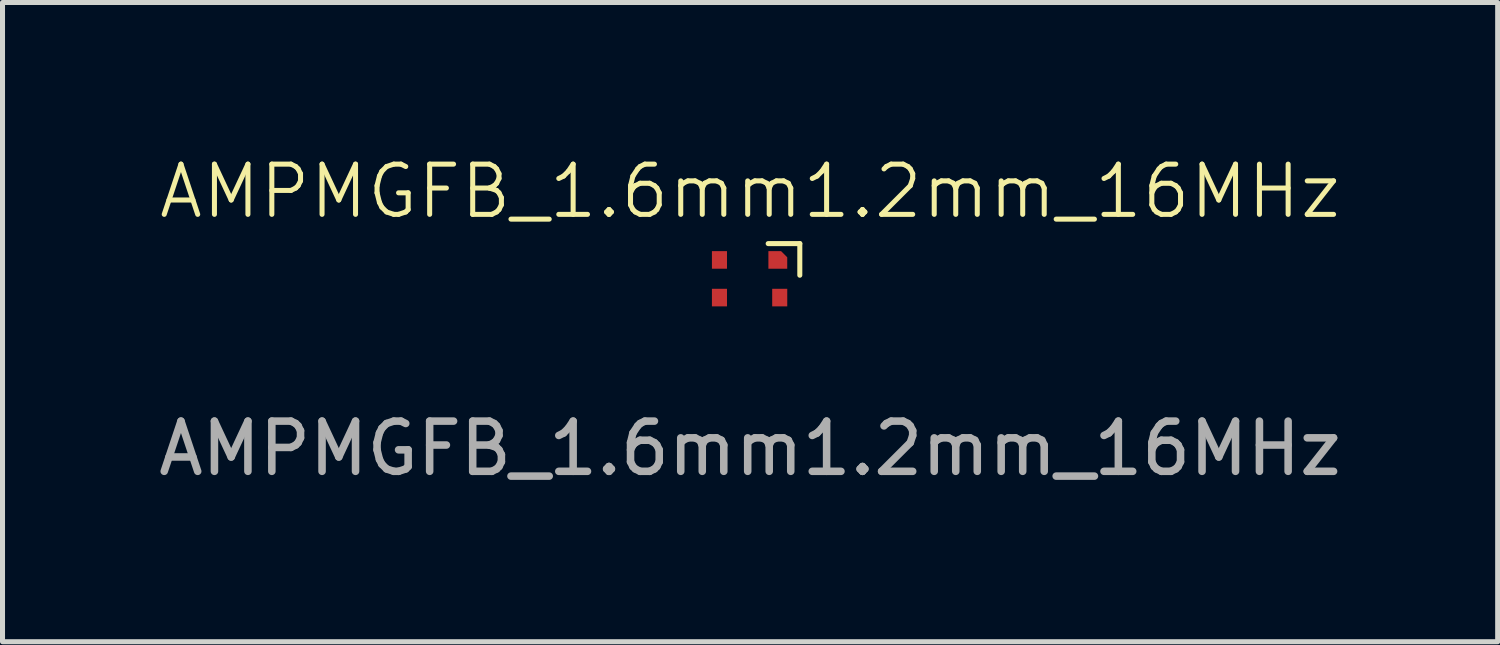
<source format=kicad_pcb>
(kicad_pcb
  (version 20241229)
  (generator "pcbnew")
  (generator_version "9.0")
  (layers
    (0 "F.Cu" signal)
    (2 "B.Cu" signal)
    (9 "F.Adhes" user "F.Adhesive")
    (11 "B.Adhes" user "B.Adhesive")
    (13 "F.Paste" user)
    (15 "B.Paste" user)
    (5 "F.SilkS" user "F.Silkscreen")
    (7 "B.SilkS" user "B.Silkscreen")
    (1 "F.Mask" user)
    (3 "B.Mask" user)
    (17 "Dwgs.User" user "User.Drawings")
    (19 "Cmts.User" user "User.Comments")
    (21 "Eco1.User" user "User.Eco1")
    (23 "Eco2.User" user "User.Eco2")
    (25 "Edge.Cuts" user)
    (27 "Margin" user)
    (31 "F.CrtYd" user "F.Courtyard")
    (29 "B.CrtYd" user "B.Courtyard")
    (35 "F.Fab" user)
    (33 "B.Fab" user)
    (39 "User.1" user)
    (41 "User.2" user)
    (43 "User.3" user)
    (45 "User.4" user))
  (footprint "AMPMGFB_1.6mm1.2mm_16MHz"
    (layer "F.Cu")
    (at 11.877 2.501)
    (property "Reference" "AMPMGFB_1.6mm1.2mm_16MHz" (at 0.01 -1.74 0) (unlocked yes) (layer "F.SilkS") (effects (font (size 1 1) (thickness 0.1))))
    (attr smd)
    (fp_line (start 0.37 -0.7) (end 1 -0.7) (stroke (width 0.1) (type default)) (layer "F.SilkS"))
    (fp_line (start 1 -0.7) (end 1 -0.07) (stroke (width 0.1) (type default)) (layer "F.SilkS"))
    (fp_text user "${REFERENCE}" (at 0.01 3.38 0) (unlocked yes) (layer "F.Fab") (effects (font (size 1 1) (thickness 0.15))))
    (pad "1" smd roundrect (at 0.562 -0.375) (size 0.375 0.35) (layers "F.Cu" "F.Mask" "F.Paste") (roundrect_rratio 0) (chamfer_ratio 0.35) (chamfer top_right))
    (pad "2" smd rect (at -0.6 -0.375) (size 0.3 0.35) (layers "F.Cu" "F.Mask" "F.Paste"))
    (pad "3" smd rect (at -0.6 0.375) (size 0.3 0.35) (layers "F.Cu" "F.Mask" "F.Paste"))
    (pad "4" smd rect (at 0.6 0.375) (size 0.3 0.35) (layers "F.Cu" "F.Mask" "F.Paste")))
  (gr_rect
    (start -3 -3)
    (end 26.774 9.729)
    (stroke (width 0.1) (type default))
    (fill no)
    (layer "Edge.Cuts")))
</source>
